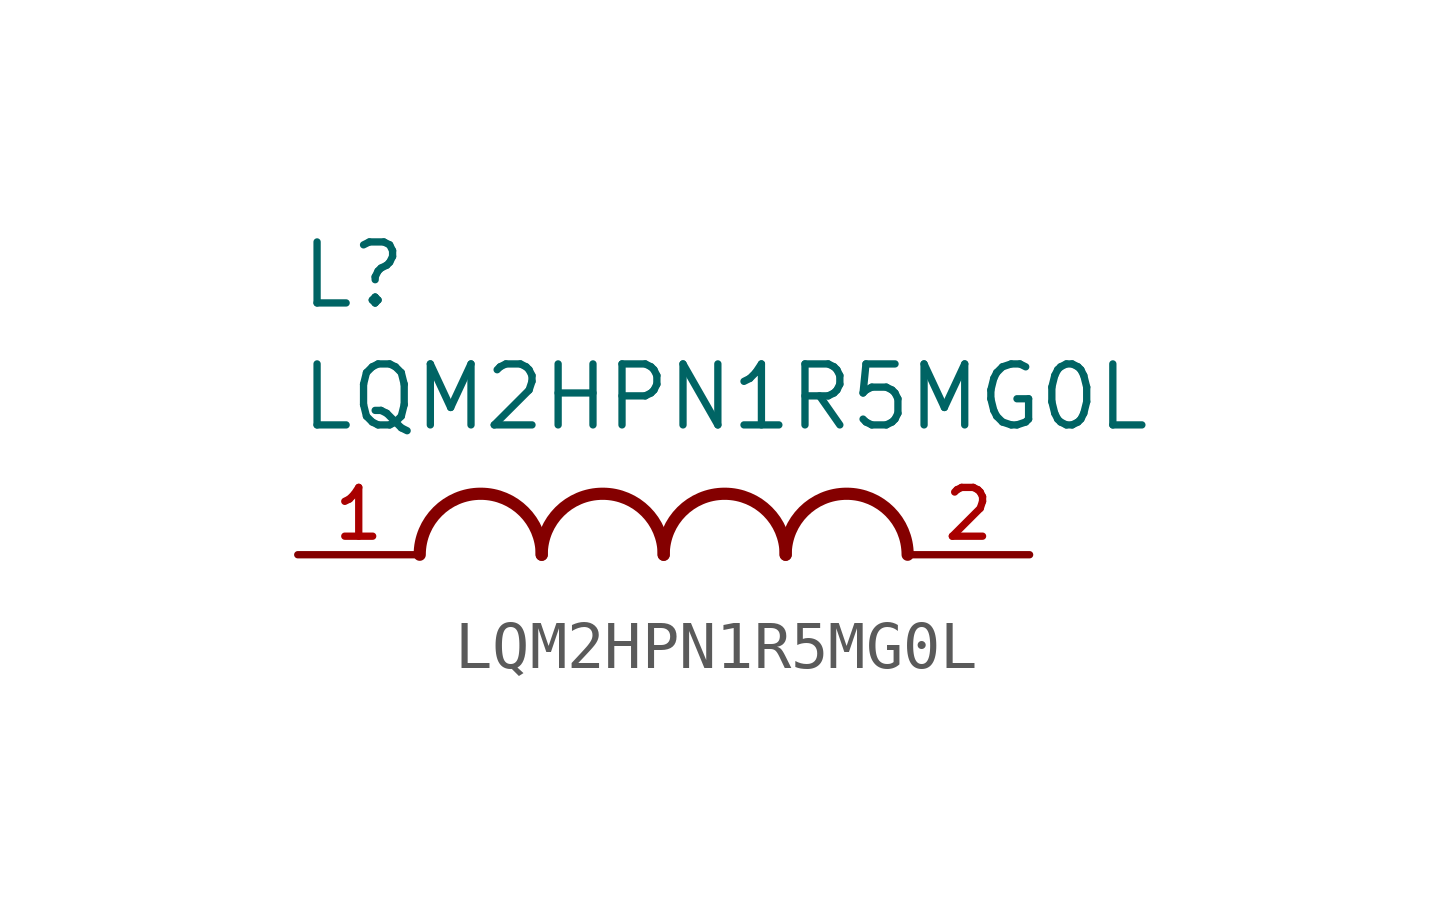
<source format=kicad_sym>
(kicad_symbol_lib
  (version 20211014)
  (generator kicad_symbol_editor)
  (symbol "LQM2HPN1R5MG0L"
    (pin_names
      (offset 1.016))
    (property "Reference" "L"
      (at -7.62 5.08 0)
      (effects (font (size 1.27 1.27)) (justify bottom left)))
    (property "Value" "LQM2HPN1R5MG0L"
      (at -7.62 2.54 0)
      (effects (font (size 1.27 1.27)) (justify bottom left)))
    (symbol "LQM2HPN1R5MG0L_0_0"
      (arc (start -2.54 0.0) (mid -3.81 1.27) (end -5.08 0.0) (stroke (width 0.254) (type default) (color 0 0 0 0)) (fill (type none)))
      (arc (start 0.0 0.0) (mid -1.27 1.27) (end -2.54 0.0) (stroke (width 0.254) (type default) (color 0 0 0 0)) (fill (type none)))
      (arc (start 2.54 0.0) (mid 1.27 1.27) (end 0.0 0.0) (stroke (width 0.254) (type default) (color 0 0 0 0)) (fill (type none)))
      (arc (start 5.08 0.0) (mid 3.81 1.27) (end 2.54 0.0) (stroke (width 0.254) (type default) (color 0 0 0 0)) (fill (type none)))
      (pin passive line (at -7.62 0.0 0) (length 2.54) (name "~" (effects (font (size 1.016 1.016)))) (number "1" (effects (font (size 1.016 1.016)))))
      (pin passive line (at 7.62 0.0 180.0) (length 2.54) (name "~" (effects (font (size 1.016 1.016)))) (number "2" (effects (font (size 1.016 1.016))))))))
</source>
